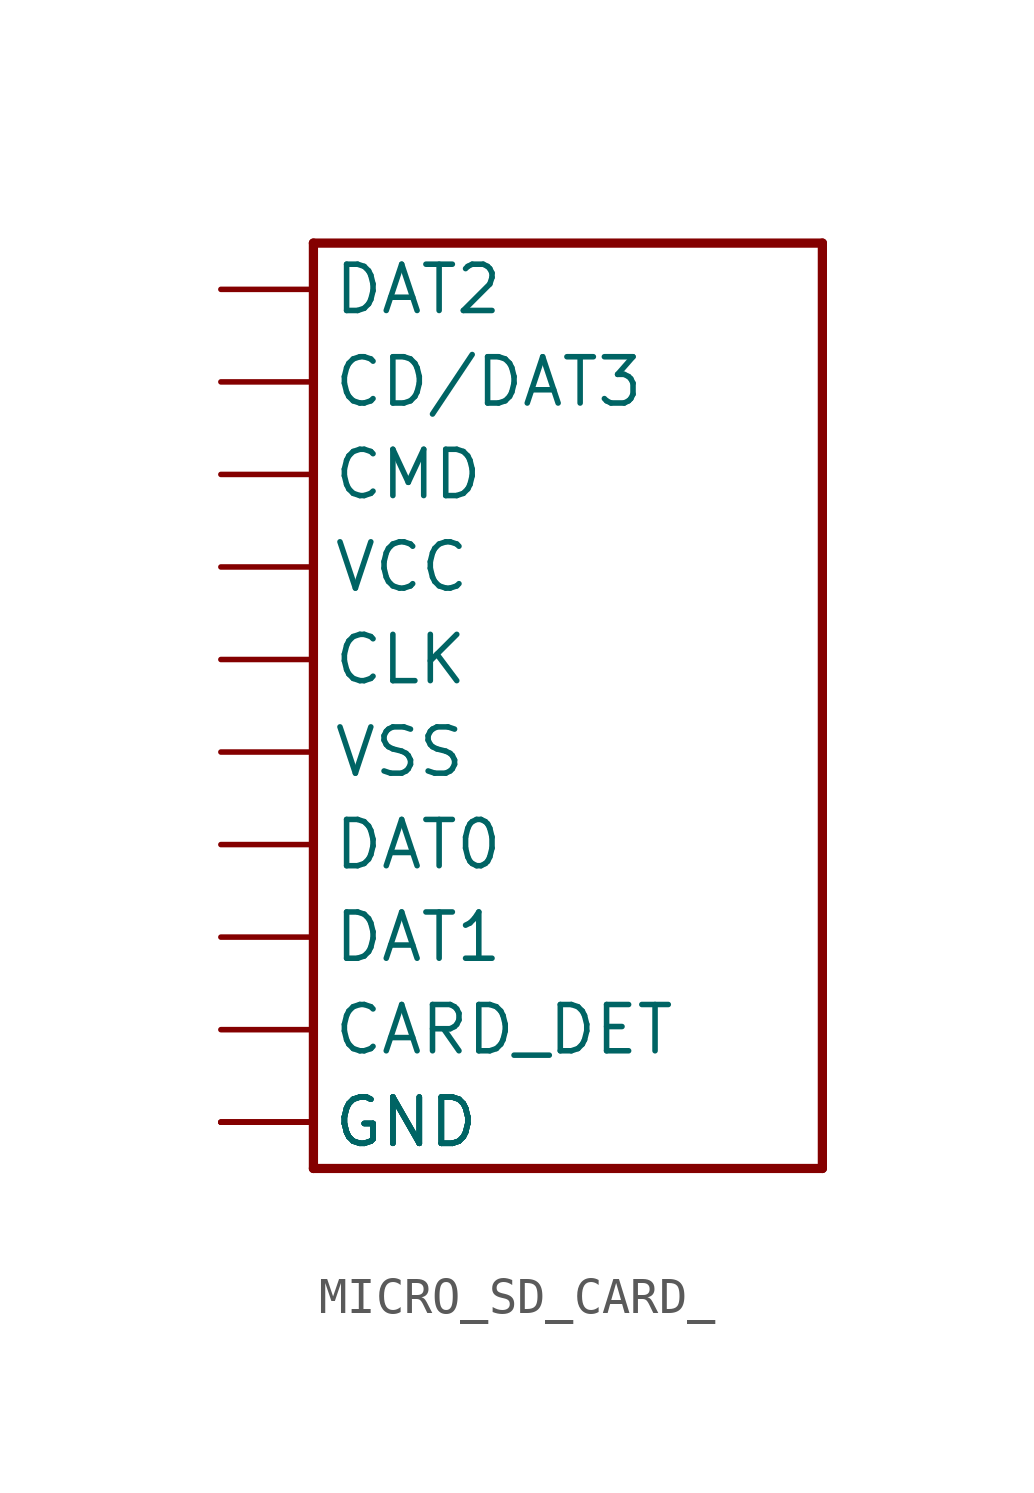
<source format=kicad_sym>
(kicad_symbol_lib
  (version 20220914)
  (generator kicad_symbol_editor)
  (symbol "MICRO_SD_CARD_"
    (property "Reference" ""
      (at 0 0 0)
      (effects (font (size 1.27 1.27)) hide))
    (property "ki_locked" ""
      (at 0 0 0)
      (effects (font (size 1.27 1.27))))
    (symbol "MICRO_SD_CARD__1_0"
      (polyline (pts (xy -5.08 -13.97) (xy 8.89 -13.97)) (stroke (width 0.254) (type solid)) (fill (type none)))
      (polyline (pts (xy -5.08 11.43) (xy -5.08 -13.97)) (stroke (width 0.254) (type solid)) (fill (type none)))
      (polyline (pts (xy 8.89 -13.97) (xy 8.89 11.43)) (stroke (width 0.254) (type solid)) (fill (type none)))
      (polyline (pts (xy 8.89 11.43) (xy -5.08 11.43)) (stroke (width 0.254) (type solid)) (fill (type none)))
      (pin bidirectional line (at -7.62 -10.16 0) (length 2.54) (name "CARD_DET" (effects (font (size 1.27 1.27)))) (number "CD" (effects (font (size 0 0)))))
      (pin bidirectional line (at -7.62 7.62 0) (length 2.54) (name "CD/DAT3" (effects (font (size 1.27 1.27)))) (number "CD/DAT3" (effects (font (size 0 0)))))
      (pin bidirectional line (at -7.62 0 0) (length 2.54) (name "CLK" (effects (font (size 1.27 1.27)))) (number "CLK" (effects (font (size 0 0)))))
      (pin bidirectional line (at -7.62 5.08 0) (length 2.54) (name "CMD" (effects (font (size 1.27 1.27)))) (number "CMD" (effects (font (size 0 0)))))
      (pin bidirectional line (at -7.62 -5.08 0) (length 2.54) (name "DAT0" (effects (font (size 1.27 1.27)))) (number "DAT0" (effects (font (size 0 0)))))
      (pin bidirectional line (at -7.62 -7.62 0) (length 2.54) (name "DAT1" (effects (font (size 1.27 1.27)))) (number "DAT1" (effects (font (size 0 0)))))
      (pin bidirectional line (at -7.62 10.16 0) (length 2.54) (name "DAT2" (effects (font (size 1.27 1.27)))) (number "DAT2" (effects (font (size 0 0)))))
      (pin bidirectional line (at -7.62 -12.7 0) (length 2.54) (name "GND" (effects (font (size 1.27 1.27)))) (number "GND" (effects (font (size 0 0)))))
      (pin bidirectional line (at -7.62 -12.7 0) (length 2.54) (name "GND" (effects (font (size 1.27 1.27)))) (number "GND@1" (effects (font (size 0 0)))))
      (pin bidirectional line (at -7.62 -12.7 0) (length 2.54) (name "GND" (effects (font (size 1.27 1.27)))) (number "GND@2" (effects (font (size 0 0)))))
      (pin bidirectional line (at -7.62 -2.54 0) (length 2.54) (name "VSS" (effects (font (size 1.27 1.27)))) (number "GND@3" (effects (font (size 0 0)))))
      (pin bidirectional line (at -7.62 2.54 0) (length 2.54) (name "VCC" (effects (font (size 1.27 1.27)))) (number "VCC" (effects (font (size 0 0)))))
      (pin bidirectional line (at -7.62 -12.7 0) (length 2.54) (name "GND" (effects (font (size 1.27 1.27)))) (number "VSS" (effects (font (size 0 0))))))))
</source>
